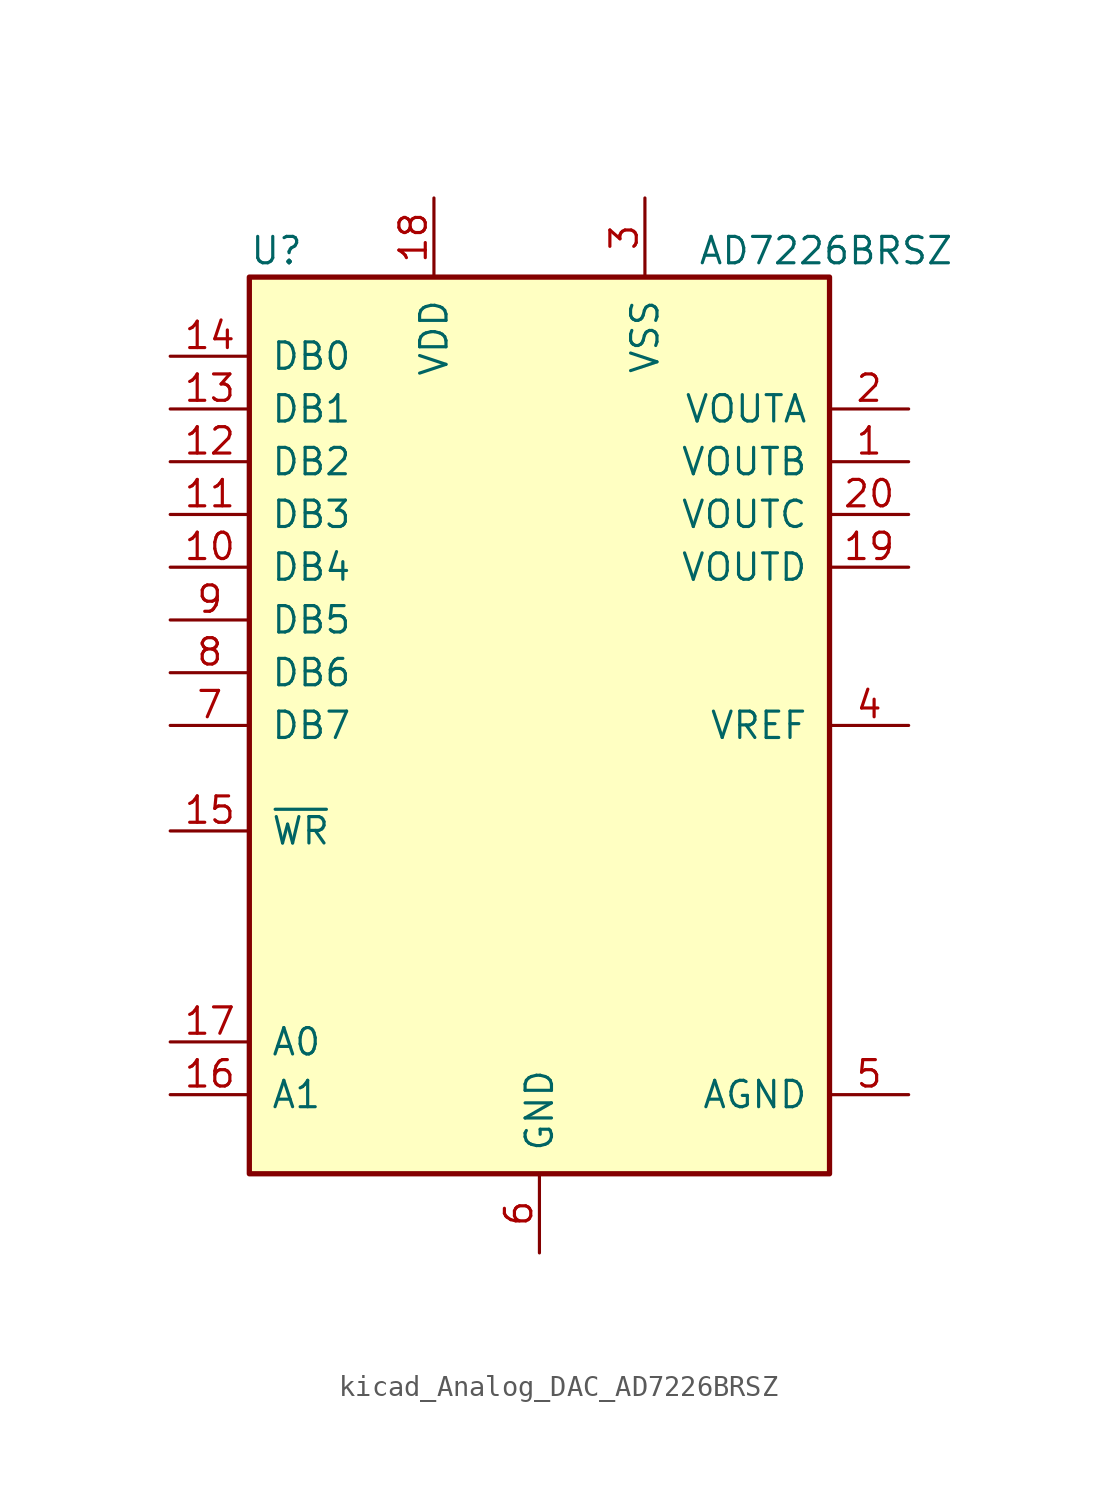
<source format=kicad_sym>
(kicad_symbol_lib
  (version 20220914)
  (generator kicad_symbol_editor)
  (symbol "kicad_Analog_DAC_AD7226BRSZ"
    (pin_names
      (offset 1.016))
    (property "Reference" "U"
      (at -13.97 22.86 0)
      (effects (font (size 1.27 1.27)) (justify left)))
    (property "Value" "AD7226BRSZ"
      (at 7.62 22.86 0)
      (effects (font (size 1.27 1.27)) (justify left)))
    (symbol "kicad_Analog_DAC_AD7226BRSZ_0_1"
      (rectangle (start -13.97 -21.59) (end 13.97 21.59) (stroke (width 0.254) (type default)) (fill (type background))))
    (symbol "kicad_Analog_DAC_AD7226BRSZ_1_1"
      (pin output line (at 17.78 12.7 180) (length 3.81) (name "VOUTB" (effects (font (size 1.27 1.27)))) (number "1" (effects (font (size 1.27 1.27)))))
      (pin input line (at -17.78 7.62 0) (length 3.81) (name "DB4" (effects (font (size 1.27 1.27)))) (number "10" (effects (font (size 1.27 1.27)))))
      (pin input line (at -17.78 10.16 0) (length 3.81) (name "DB3" (effects (font (size 1.27 1.27)))) (number "11" (effects (font (size 1.27 1.27)))))
      (pin input line (at -17.78 12.7 0) (length 3.81) (name "DB2" (effects (font (size 1.27 1.27)))) (number "12" (effects (font (size 1.27 1.27)))))
      (pin input line (at -17.78 15.24 0) (length 3.81) (name "DB1" (effects (font (size 1.27 1.27)))) (number "13" (effects (font (size 1.27 1.27)))))
      (pin input line (at -17.78 17.78 0) (length 3.81) (name "DB0" (effects (font (size 1.27 1.27)))) (number "14" (effects (font (size 1.27 1.27)))))
      (pin input line (at -17.78 -5.08 0) (length 3.81) (name "~{WR}" (effects (font (size 1.27 1.27)))) (number "15" (effects (font (size 1.27 1.27)))))
      (pin input line (at -17.78 -17.78 0) (length 3.81) (name "A1" (effects (font (size 1.27 1.27)))) (number "16" (effects (font (size 1.27 1.27)))))
      (pin input line (at -17.78 -15.24 0) (length 3.81) (name "A0" (effects (font (size 1.27 1.27)))) (number "17" (effects (font (size 1.27 1.27)))))
      (pin power_in line (at -5.08 25.4 270) (length 3.81) (name "VDD" (effects (font (size 1.27 1.27)))) (number "18" (effects (font (size 1.27 1.27)))))
      (pin output line (at 17.78 7.62 180) (length 3.81) (name "VOUTD" (effects (font (size 1.27 1.27)))) (number "19" (effects (font (size 1.27 1.27)))))
      (pin output line (at 17.78 15.24 180) (length 3.81) (name "VOUTA" (effects (font (size 1.27 1.27)))) (number "2" (effects (font (size 1.27 1.27)))))
      (pin output line (at 17.78 10.16 180) (length 3.81) (name "VOUTC" (effects (font (size 1.27 1.27)))) (number "20" (effects (font (size 1.27 1.27)))))
      (pin power_in line (at 5.08 25.4 270) (length 3.81) (name "VSS" (effects (font (size 1.27 1.27)))) (number "3" (effects (font (size 1.27 1.27)))))
      (pin input line (at 17.78 0 180) (length 3.81) (name "VREF" (effects (font (size 1.27 1.27)))) (number "4" (effects (font (size 1.27 1.27)))))
      (pin input line (at 17.78 -17.78 180) (length 3.81) (name "AGND" (effects (font (size 1.27 1.27)))) (number "5" (effects (font (size 1.27 1.27)))))
      (pin power_in line (at 0 -25.4 90) (length 3.81) (name "GND" (effects (font (size 1.27 1.27)))) (number "6" (effects (font (size 1.27 1.27)))))
      (pin input line (at -17.78 0 0) (length 3.81) (name "DB7" (effects (font (size 1.27 1.27)))) (number "7" (effects (font (size 1.27 1.27)))))
      (pin input line (at -17.78 2.54 0) (length 3.81) (name "DB6" (effects (font (size 1.27 1.27)))) (number "8" (effects (font (size 1.27 1.27)))))
      (pin input line (at -17.78 5.08 0) (length 3.81) (name "DB5" (effects (font (size 1.27 1.27)))) (number "9" (effects (font (size 1.27 1.27))))))))
</source>
